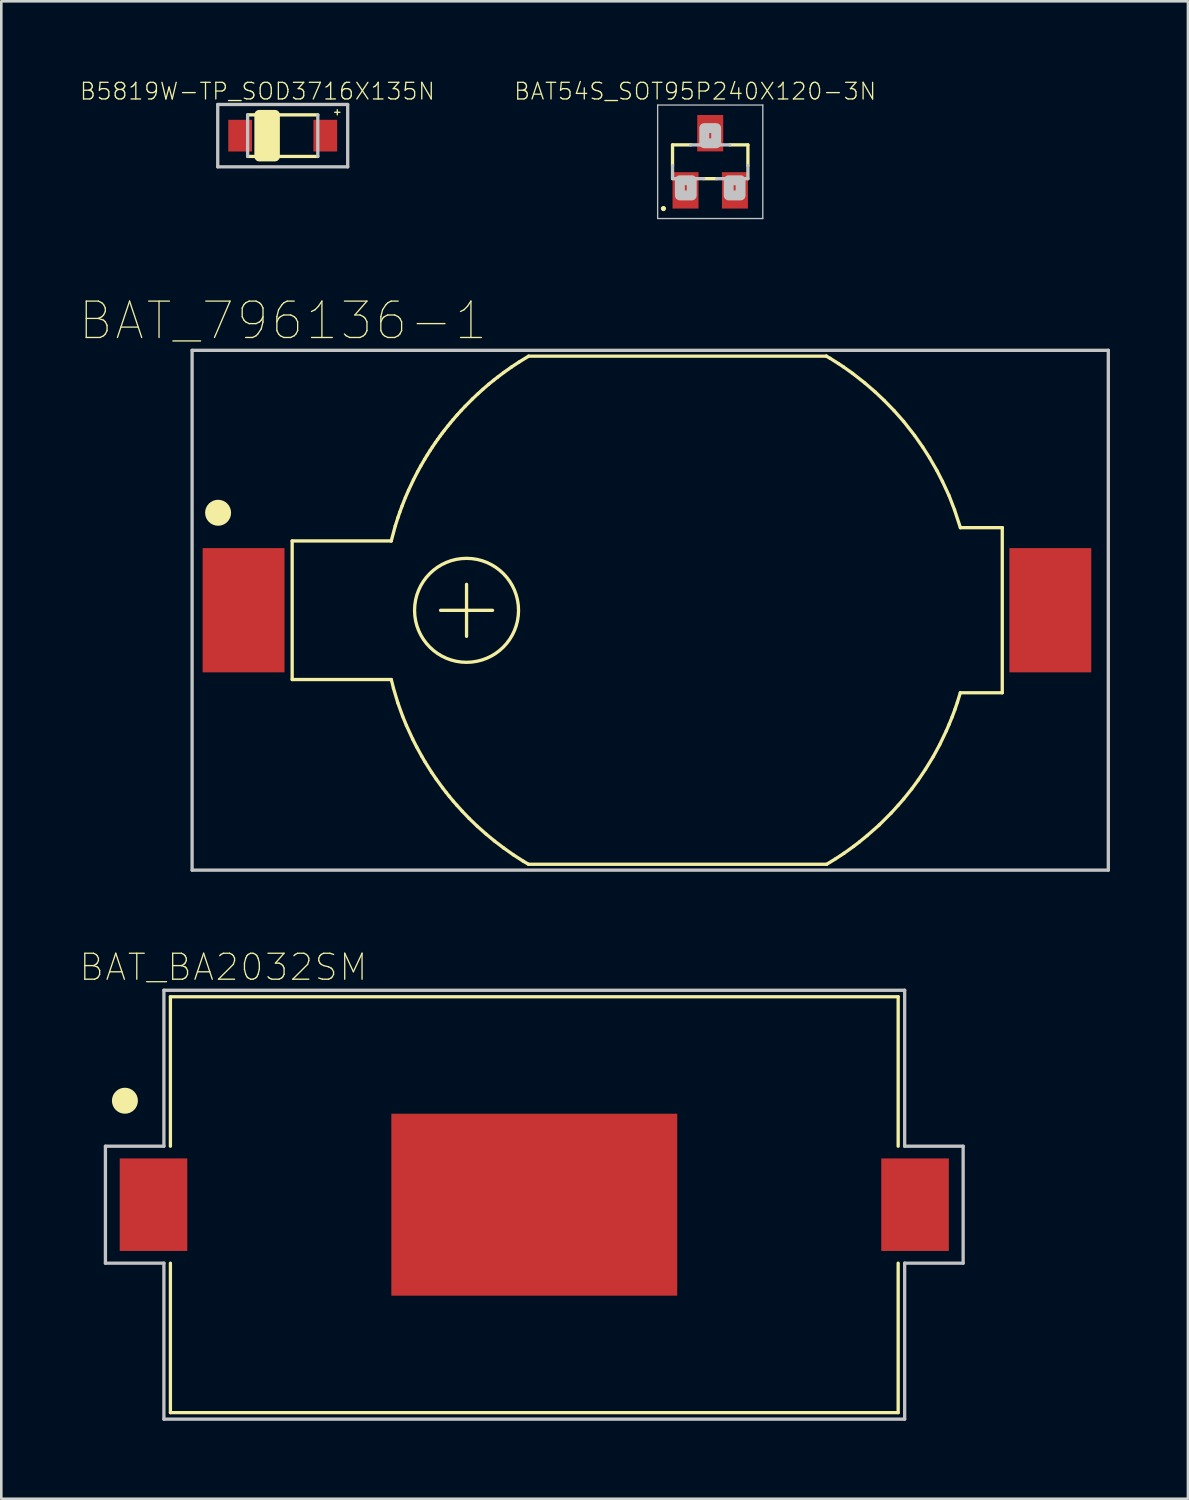
<source format=kicad_pcb>
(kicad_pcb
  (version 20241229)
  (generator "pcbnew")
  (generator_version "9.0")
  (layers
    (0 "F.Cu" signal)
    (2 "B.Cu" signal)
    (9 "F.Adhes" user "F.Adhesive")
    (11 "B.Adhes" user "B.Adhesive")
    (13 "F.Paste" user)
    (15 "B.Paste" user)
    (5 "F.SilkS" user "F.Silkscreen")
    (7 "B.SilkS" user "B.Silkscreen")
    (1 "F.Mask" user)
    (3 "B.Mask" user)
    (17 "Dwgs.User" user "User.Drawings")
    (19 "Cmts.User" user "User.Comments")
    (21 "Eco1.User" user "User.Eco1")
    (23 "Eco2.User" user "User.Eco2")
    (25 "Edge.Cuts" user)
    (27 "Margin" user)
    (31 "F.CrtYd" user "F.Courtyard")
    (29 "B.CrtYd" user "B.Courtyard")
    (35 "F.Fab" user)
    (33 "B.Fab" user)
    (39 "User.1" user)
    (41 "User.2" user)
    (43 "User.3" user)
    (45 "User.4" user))
  (footprint "BAT_796136-1"
    (layer "F.Cu")
    (at 21.841 20.428)
    (property "Reference" "BAT_796136-1" (at -14.006 -11.139 0) (layer "F.SilkS") (effects (font (size 1.4 1.4) (thickness 0.05))))
    (attr smd)
    (fp_line (start -13.65 -2.666) (end -9.838 -2.666) (stroke (width 0.127) (type solid)) (layer "F.SilkS"))
    (fp_line (start -13.65 2.666) (end -13.65 -2.666) (stroke (width 0.127) (type solid)) (layer "F.SilkS"))
    (fp_line (start -9.838 -2.668) (end -9.683 -3.244) (stroke (width 0.127) (type solid)) (layer "F.SilkS"))
    (fp_line (start -9.838 -2.666) (end -9.838 -2.668) (stroke (width 0.127) (type solid)) (layer "F.SilkS"))
    (fp_line (start -9.837 2.666) (end -13.65 2.666) (stroke (width 0.127) (type solid)) (layer "F.SilkS"))
    (fp_line (start -9.753 3) (end -9.837 2.666) (stroke (width 0.127) (type solid)) (layer "F.SilkS"))
    (fp_line (start -9.683 -3.244) (end -9.58 -3.567) (stroke (width 0.127) (type solid)) (layer "F.SilkS"))
    (fp_line (start -9.585 3.563) (end -9.753 3) (stroke (width 0.127) (type solid)) (layer "F.SilkS"))
    (fp_line (start -9.58 -3.567) (end -9.506 -3.782) (stroke (width 0.127) (type solid)) (layer "F.SilkS"))
    (fp_line (start -9.506 -3.782) (end -9.423 -4.009) (stroke (width 0.127) (type solid)) (layer "F.SilkS"))
    (fp_line (start -9.423 -4.009) (end -9.293 -4.339) (stroke (width 0.127) (type solid)) (layer "F.SilkS"))
    (fp_line (start -9.401 4.076) (end -9.585 3.563) (stroke (width 0.127) (type solid)) (layer "F.SilkS"))
    (fp_line (start -9.293 -4.339) (end -9.173 -4.615) (stroke (width 0.127) (type solid)) (layer "F.SilkS"))
    (fp_line (start -9.255 4.432) (end -9.401 4.076) (stroke (width 0.127) (type solid)) (layer "F.SilkS"))
    (fp_line (start -9.173 -4.615) (end -8.983 -5.019) (stroke (width 0.127) (type solid)) (layer "F.SilkS"))
    (fp_line (start -9.015 4.957) (end -9.255 4.432) (stroke (width 0.127) (type solid)) (layer "F.SilkS"))
    (fp_line (start -8.983 -5.019) (end -8.825 -5.328) (stroke (width 0.127) (type solid)) (layer "F.SilkS"))
    (fp_line (start -8.862 5.259) (end -9.015 4.957) (stroke (width 0.127) (type solid)) (layer "F.SilkS"))
    (fp_line (start -8.825 -5.328) (end -8.697 -5.56) (stroke (width 0.127) (type solid)) (layer "F.SilkS"))
    (fp_line (start -8.697 -5.56) (end -8.552 -5.809) (stroke (width 0.127) (type solid)) (layer "F.SilkS"))
    (fp_line (start -8.665 5.618) (end -8.862 5.259) (stroke (width 0.127) (type solid)) (layer "F.SilkS"))
    (fp_line (start -8.552 -5.809) (end -8.455 -5.969) (stroke (width 0.127) (type solid)) (layer "F.SilkS"))
    (fp_line (start -8.546 5.823) (end -8.665 5.618) (stroke (width 0.127) (type solid)) (layer "F.SilkS"))
    (fp_line (start -8.455 -5.969) (end -8.343 -6.146) (stroke (width 0.127) (type solid)) (layer "F.SilkS"))
    (fp_line (start -8.343 -6.146) (end -8.257 -6.276) (stroke (width 0.127) (type solid)) (layer "F.SilkS"))
    (fp_line (start -8.286 6.237) (end -8.546 5.823) (stroke (width 0.127) (type solid)) (layer "F.SilkS"))
    (fp_line (start -8.257 -6.276) (end -8.14 -6.448) (stroke (width 0.127) (type solid)) (layer "F.SilkS"))
    (fp_line (start -8.14 -6.448) (end -8.053 -6.572) (stroke (width 0.127) (type solid)) (layer "F.SilkS"))
    (fp_line (start -8.105 6.501) (end -8.286 6.237) (stroke (width 0.127) (type solid)) (layer "F.SilkS"))
    (fp_line (start -8.053 -6.572) (end -7.953 -6.709) (stroke (width 0.127) (type solid)) (layer "F.SilkS"))
    (fp_line (start -7.953 -6.709) (end -7.877 -6.811) (stroke (width 0.127) (type solid)) (layer "F.SilkS"))
    (fp_line (start -7.941 0.004) (end -5.941 0.004) (stroke (width 0.127) (type solid)) (layer "F.SilkS"))
    (fp_line (start -7.877 -6.811) (end -7.801 -6.911) (stroke (width 0.127) (type solid)) (layer "F.SilkS"))
    (fp_line (start -7.861 6.837) (end -8.105 6.501) (stroke (width 0.127) (type solid)) (layer "F.SilkS"))
    (fp_line (start -7.801 -6.911) (end -7.651 -7.101) (stroke (width 0.127) (type solid)) (layer "F.SilkS"))
    (fp_line (start -7.724 7.013) (end -7.861 6.837) (stroke (width 0.127) (type solid)) (layer "F.SilkS"))
    (fp_line (start -7.651 -7.101) (end -7.566 -7.204) (stroke (width 0.127) (type solid)) (layer "F.SilkS"))
    (fp_line (start -7.607 7.16) (end -7.724 7.013) (stroke (width 0.127) (type solid)) (layer "F.SilkS"))
    (fp_line (start -7.566 -7.204) (end -7.463 -7.329) (stroke (width 0.127) (type solid)) (layer "F.SilkS"))
    (fp_line (start -7.463 -7.329) (end -7.297 -7.52) (stroke (width 0.127) (type solid)) (layer "F.SilkS"))
    (fp_line (start -7.45 7.348) (end -7.607 7.16) (stroke (width 0.127) (type solid)) (layer "F.SilkS"))
    (fp_line (start -7.314 7.503) (end -7.45 7.348) (stroke (width 0.127) (type solid)) (layer "F.SilkS"))
    (fp_line (start -7.297 -7.52) (end -7.145 -7.687) (stroke (width 0.127) (type solid)) (layer "F.SilkS"))
    (fp_line (start -7.145 -7.687) (end -6.998 -7.843) (stroke (width 0.127) (type solid)) (layer "F.SilkS"))
    (fp_line (start -7.105 7.735) (end -7.314 7.503) (stroke (width 0.127) (type solid)) (layer "F.SilkS"))
    (fp_line (start -6.998 -7.843) (end -6.715 -8.128) (stroke (width 0.127) (type solid)) (layer "F.SilkS"))
    (fp_line (start -6.941 -0.996) (end -6.941 1.004) (stroke (width 0.127) (type solid)) (layer "F.SilkS"))
    (fp_line (start -6.84 8.011) (end -7.105 7.735) (stroke (width 0.127) (type solid)) (layer "F.SilkS"))
    (fp_line (start -6.715 -8.128) (end -6.496 -8.335) (stroke (width 0.127) (type solid)) (layer "F.SilkS"))
    (fp_line (start -6.532 8.308) (end -6.84 8.011) (stroke (width 0.127) (type solid)) (layer "F.SilkS"))
    (fp_line (start -6.496 -8.335) (end -6.312 -8.501) (stroke (width 0.127) (type solid)) (layer "F.SilkS"))
    (fp_line (start -6.312 -8.501) (end -6.087 -8.696) (stroke (width 0.127) (type solid)) (layer "F.SilkS"))
    (fp_line (start -6.195 8.607) (end -6.532 8.308) (stroke (width 0.127) (type solid)) (layer "F.SilkS"))
    (fp_line (start -6.087 -8.696) (end -5.893 -8.852) (stroke (width 0.127) (type solid)) (layer "F.SilkS"))
    (fp_line (start -5.893 -8.852) (end -5.751 -8.964) (stroke (width 0.127) (type solid)) (layer "F.SilkS"))
    (fp_line (start -5.867 8.878) (end -6.195 8.607) (stroke (width 0.127) (type solid)) (layer "F.SilkS"))
    (fp_line (start -5.751 -8.964) (end -5.509 -9.147) (stroke (width 0.127) (type solid)) (layer "F.SilkS"))
    (fp_line (start -5.52 9.142) (end -5.867 8.878) (stroke (width 0.127) (type solid)) (layer "F.SilkS"))
    (fp_line (start -5.509 -9.147) (end -5.218 -9.353) (stroke (width 0.127) (type solid)) (layer "F.SilkS"))
    (fp_line (start -5.218 -9.353) (end -4.924 -9.547) (stroke (width 0.127) (type solid)) (layer "F.SilkS"))
    (fp_line (start -5.142 9.409) (end -5.52 9.142) (stroke (width 0.127) (type solid)) (layer "F.SilkS"))
    (fp_line (start -4.924 -9.547) (end -4.552 -9.776) (stroke (width 0.127) (type solid)) (layer "F.SilkS"))
    (fp_line (start -4.761 9.654) (end -5.142 9.409) (stroke (width 0.127) (type solid)) (layer "F.SilkS"))
    (fp_line (start -4.56 9.773) (end -4.761 9.654) (stroke (width 0.127) (type solid)) (layer "F.SilkS"))
    (fp_line (start -4.551 -9.775) (end 6.901 -9.775) (stroke (width 0.127) (type solid)) (layer "F.SilkS"))
    (fp_line (start 6.901 -9.776) (end 7.05 -9.69) (stroke (width 0.127) (type solid)) (layer "F.SilkS"))
    (fp_line (start 6.901 -9.775) (end 6.901 -9.776) (stroke (width 0.127) (type solid)) (layer "F.SilkS"))
    (fp_line (start 6.917 9.773) (end -4.56 9.773) (stroke (width 0.127) (type solid)) (layer "F.SilkS"))
    (fp_line (start 7.05 -9.69) (end 7.37 -9.488) (stroke (width 0.127) (type solid)) (layer "F.SilkS"))
    (fp_line (start 7.26 9.561) (end 6.917 9.773) (stroke (width 0.127) (type solid)) (layer "F.SilkS"))
    (fp_line (start 7.37 -9.488) (end 7.555 -9.366) (stroke (width 0.127) (type solid)) (layer "F.SilkS"))
    (fp_line (start 7.555 -9.366) (end 7.913 -9.111) (stroke (width 0.127) (type solid)) (layer "F.SilkS"))
    (fp_line (start 7.581 9.351) (end 7.26 9.561) (stroke (width 0.127) (type solid)) (layer "F.SilkS"))
    (fp_line (start 7.913 -9.111) (end 8.378 -8.746) (stroke (width 0.127) (type solid)) (layer "F.SilkS"))
    (fp_line (start 7.953 9.084) (end 7.581 9.351) (stroke (width 0.127) (type solid)) (layer "F.SilkS"))
    (fp_line (start 8.173 8.915) (end 7.953 9.084) (stroke (width 0.127) (type solid)) (layer "F.SilkS"))
    (fp_line (start 8.378 -8.746) (end 8.778 -8.401) (stroke (width 0.127) (type solid)) (layer "F.SilkS"))
    (fp_line (start 8.478 8.664) (end 8.173 8.915) (stroke (width 0.127) (type solid)) (layer "F.SilkS"))
    (fp_line (start 8.778 -8.401) (end 9.13 -8.068) (stroke (width 0.127) (type solid)) (layer "F.SilkS"))
    (fp_line (start 8.934 8.264) (end 8.478 8.664) (stroke (width 0.127) (type solid)) (layer "F.SilkS"))
    (fp_line (start 9.13 -8.068) (end 9.51 -7.677) (stroke (width 0.127) (type solid)) (layer "F.SilkS"))
    (fp_line (start 9.391 7.807) (end 8.934 8.264) (stroke (width 0.127) (type solid)) (layer "F.SilkS"))
    (fp_line (start 9.51 -7.677) (end 9.875 -7.264) (stroke (width 0.127) (type solid)) (layer "F.SilkS"))
    (fp_line (start 9.665 7.505) (end 9.391 7.807) (stroke (width 0.127) (type solid)) (layer "F.SilkS"))
    (fp_line (start 9.875 -7.264) (end 10.298 -6.723) (stroke (width 0.127) (type solid)) (layer "F.SilkS"))
    (fp_line (start 9.879 7.259) (end 9.665 7.505) (stroke (width 0.127) (type solid)) (layer "F.SilkS"))
    (fp_line (start 10.185 6.877) (end 9.879 7.259) (stroke (width 0.127) (type solid)) (layer "F.SilkS"))
    (fp_line (start 10.298 -6.723) (end 10.61 -6.276) (stroke (width 0.127) (type solid)) (layer "F.SilkS"))
    (fp_line (start 10.44 6.53) (end 10.185 6.877) (stroke (width 0.127) (type solid)) (layer "F.SilkS"))
    (fp_line (start 10.61 -6.276) (end 10.872 -5.866) (stroke (width 0.127) (type solid)) (layer "F.SilkS"))
    (fp_line (start 10.716 6.118) (end 10.44 6.53) (stroke (width 0.127) (type solid)) (layer "F.SilkS"))
    (fp_line (start 10.872 -5.866) (end 11.156 -5.372) (stroke (width 0.127) (type solid)) (layer "F.SilkS"))
    (fp_line (start 11.012 5.635) (end 10.716 6.118) (stroke (width 0.127) (type solid)) (layer "F.SilkS"))
    (fp_line (start 11.156 -5.372) (end 11.367 -4.959) (stroke (width 0.127) (type solid)) (layer "F.SilkS"))
    (fp_line (start 11.263 5.173) (end 11.012 5.635) (stroke (width 0.127) (type solid)) (layer "F.SilkS"))
    (fp_line (start 11.367 -4.959) (end 11.623 -4.408) (stroke (width 0.127) (type solid)) (layer "F.SilkS"))
    (fp_line (start 11.517 4.641) (end 11.263 5.173) (stroke (width 0.127) (type solid)) (layer "F.SilkS"))
    (fp_line (start 11.623 -4.408) (end 11.834 -3.86) (stroke (width 0.127) (type solid)) (layer "F.SilkS"))
    (fp_line (start 11.623 4.395) (end 11.517 4.641) (stroke (width 0.127) (type solid)) (layer "F.SilkS"))
    (fp_line (start 11.739 4.112) (end 11.623 4.395) (stroke (width 0.127) (type solid)) (layer "F.SilkS"))
    (fp_line (start 11.834 -3.86) (end 12.058 -3.176) (stroke (width 0.127) (type solid)) (layer "F.SilkS"))
    (fp_line (start 11.85 3.815) (end 11.739 4.112) (stroke (width 0.127) (type solid)) (layer "F.SilkS"))
    (fp_line (start 11.942 3.544) (end 11.85 3.815) (stroke (width 0.127) (type solid)) (layer "F.SilkS"))
    (fp_line (start 12.056 3.174) (end 11.942 3.544) (stroke (width 0.127) (type solid)) (layer "F.SilkS"))
    (fp_line (start 12.058 -3.176) (end 13.67 -3.176) (stroke (width 0.127) (type solid)) (layer "F.SilkS"))
    (fp_line (start 13.67 -3.176) (end 13.67 3.175) (stroke (width 0.127) (type solid)) (layer "F.SilkS"))
    (fp_line (start 13.67 3.175) (end 12.056 3.175) (stroke (width 0.127) (type solid)) (layer "F.SilkS"))
    (fp_line (start 13.67 -3.176) (end 13.67 -3.173) (stroke (width 0.127) (type solid)) (layer "F.SilkS"))
    (fp_circle (center -16.5 -3.75) (end -16 -3.75) (stroke (width 0) (type solid)) (fill yes) (layer "F.SilkS"))
    (fp_circle (center -6.941 0.004) (end -4.941 0.004) (stroke (width 0.127) (type solid)) (fill no) (layer "F.SilkS"))
    (fp_line (start -17.5 -10) (end 17.75 -10) (stroke (width 0.127) (type solid)) (layer "Dwgs.User"))
    (fp_line (start -17.5 10) (end -17.5 -10) (stroke (width 0.127) (type solid)) (layer "Dwgs.User"))
    (fp_line (start 17.75 -10) (end 17.75 10) (stroke (width 0.127) (type solid)) (layer "Dwgs.User"))
    (fp_line (start 17.75 10) (end -17.5 10) (stroke (width 0.127) (type solid)) (layer "Dwgs.User"))
    (pad "+" smd rect (at -15.52 0 90) (size 4.78 3.15) (layers "F.Cu" "F.Mask" "F.Paste"))
    (pad "-" smd rect (at 15.52 0 90) (size 4.78 3.15) (layers "F.Cu" "F.Mask" "F.Paste")))
  (footprint "B5819W-TP_SOD3716X135N"
    (layer "F.Cu")
    (at 7.827 2.169)
    (property "Reference" "B5819W-TP_SOD3716X135N" (at -0.974 -1.706 0) (layer "F.SilkS") (effects (font (size 0.64 0.64) (thickness 0.05))))
    (attr smd)
    (fp_line (start -1.35 -0.8) (end 1.35 -0.8) (stroke (width 0.127) (type solid)) (layer "F.SilkS"))
    (fp_line (start 1.35 0.8) (end -1.35 0.8) (stroke (width 0.127) (type solid)) (layer "F.SilkS"))
    (fp_line (start 2 -0.9) (end 2.2 -0.9) (stroke (width 0.05) (type solid)) (layer "F.SilkS"))
    (fp_line (start 2.1 -1) (end 2.1 -0.8) (stroke (width 0.05) (type solid)) (layer "F.SilkS"))
    (fp_poly (pts (xy -0.9 -0.8) (xy -0.3 -0.8) (xy -0.3 0.8) (xy -0.9 0.8)) (stroke (width 0.381) (type solid)) (fill yes) (layer "F.SilkS"))
    (fp_line (start -2.5 -1.2) (end -2.5 1.2) (stroke (width 0.127) (type solid)) (layer "Dwgs.User"))
    (fp_line (start -2.5 1.2) (end 2.5 1.2) (stroke (width 0.127) (type solid)) (layer "Dwgs.User"))
    (fp_line (start -1.35 0.8) (end -1.35 -0.8) (stroke (width 0.127) (type solid)) (layer "Dwgs.User"))
    (fp_line (start 1.35 -0.8) (end 1.35 0.8) (stroke (width 0.127) (type solid)) (layer "Dwgs.User"))
    (fp_line (start 2.5 -1.2) (end -2.5 -1.2) (stroke (width 0.127) (type solid)) (layer "Dwgs.User"))
    (fp_line (start 2.5 1.2) (end 2.5 -1.2) (stroke (width 0.127) (type solid)) (layer "Dwgs.User"))
    (pad "A" smd rect (at 1.638 0) (size 0.914 1.219) (layers "F.Cu" "F.Mask" "F.Paste"))
    (pad "C" smd rect (at -1.638 0) (size 0.914 1.219) (layers "F.Cu" "F.Mask" "F.Paste")))
  (footprint "BAT_BA2032SM"
    (layer "F.Cu")
    (at 17.506 43.299)
    (property "Reference" "BAT_BA2032SM" (at -11.96 -9.135 0) (layer "F.SilkS") (effects (font (size 1 1) (thickness 0.05))))
    (attr smd)
    (fp_line (start -14 -8) (end 14 -8) (stroke (width 0.127) (type solid)) (layer "F.SilkS"))
    (fp_line (start -14 -2.25) (end -14 -8) (stroke (width 0.127) (type solid)) (layer "F.SilkS"))
    (fp_line (start -14 8) (end -14 2.25) (stroke (width 0.127) (type solid)) (layer "F.SilkS"))
    (fp_line (start 14 -8) (end 14 -2.25) (stroke (width 0.127) (type solid)) (layer "F.SilkS"))
    (fp_line (start 14 2.25) (end 14 8) (stroke (width 0.127) (type solid)) (layer "F.SilkS"))
    (fp_line (start 14 8) (end -14 8) (stroke (width 0.127) (type solid)) (layer "F.SilkS"))
    (fp_circle (center -15.75 -4) (end -15.25 -4) (stroke (width 0) (type solid)) (fill yes) (layer "F.SilkS"))
    (fp_line (start -16.5 -2.25) (end -16.5 2.25) (stroke (width 0.127) (type solid)) (layer "Dwgs.User"))
    (fp_line (start -16.5 2.25) (end -14.25 2.25) (stroke (width 0.127) (type solid)) (layer "Dwgs.User"))
    (fp_line (start -14.25 -8.25) (end 14.25 -8.25) (stroke (width 0.127) (type solid)) (layer "Dwgs.User"))
    (fp_line (start -14.25 -2.25) (end -16.5 -2.25) (stroke (width 0.127) (type solid)) (layer "Dwgs.User"))
    (fp_line (start -14.25 -2.25) (end -14.25 -8.25) (stroke (width 0.127) (type solid)) (layer "Dwgs.User"))
    (fp_line (start -14.25 8.25) (end -14.25 2.25) (stroke (width 0.127) (type solid)) (layer "Dwgs.User"))
    (fp_line (start 14.25 -8.25) (end 14.25 -2.25) (stroke (width 0.127) (type solid)) (layer "Dwgs.User"))
    (fp_line (start 14.25 -2.25) (end 16.5 -2.25) (stroke (width 0.127) (type solid)) (layer "Dwgs.User"))
    (fp_line (start 14.25 2.25) (end 14.25 8.25) (stroke (width 0.127) (type solid)) (layer "Dwgs.User"))
    (fp_line (start 14.25 8.25) (end -14.25 8.25) (stroke (width 0.127) (type solid)) (layer "Dwgs.User"))
    (fp_line (start 16.5 -2.25) (end 16.5 2.25) (stroke (width 0.127) (type solid)) (layer "Dwgs.User"))
    (fp_line (start 16.5 2.25) (end 14.25 2.25) (stroke (width 0.127) (type solid)) (layer "Dwgs.User"))
    (pad "+" smd rect (at 14.65 0 90) (size 3.56 2.6) (layers "F.Cu" "F.Mask" "F.Paste"))
    (pad "-" smd rect (at -14.65 0 90) (size 3.56 2.6) (layers "F.Cu" "F.Mask" "F.Paste"))
    (pad "ADHE" smd rect (at 0 0) (size 11 7) (layers "F.Cu" "F.Mask" "F.Paste")))
  (footprint "BAT54S_SOT95P240X120-3N"
    (layer "F.Cu")
    (at 24.275 3.174)
    (property "Reference" "BAT54S_SOT95P240X120-3N" (at -0.579 -2.711 0) (layer "F.SilkS") (effects (font (size 0.64 0.64) (thickness 0.05))))
    (attr smd)
    (fp_line (start -1.45 -0.65) (end -1.45 0.15) (stroke (width 0.127) (type solid)) (layer "F.SilkS"))
    (fp_line (start -1.45 -0.65) (end -0.75 -0.65) (stroke (width 0.127) (type solid)) (layer "F.SilkS"))
    (fp_line (start -0.25 0.65) (end 0.25 0.65) (stroke (width 0.127) (type solid)) (layer "F.SilkS"))
    (fp_line (start 1.45 -0.65) (end 0.75 -0.65) (stroke (width 0.127) (type solid)) (layer "F.SilkS"))
    (fp_line (start 1.45 -0.65) (end 1.45 0.15) (stroke (width 0.127) (type solid)) (layer "F.SilkS"))
    (fp_circle (center -1.8 1.8) (end -1.7 1.8) (stroke (width 0) (type solid)) (fill yes) (layer "F.SilkS"))
    (fp_line (start -2.023 -2.183) (end 2.023 -2.183) (stroke (width 0.051) (type solid)) (layer "Dwgs.User"))
    (fp_line (start -2.023 2.183) (end -2.023 -2.183) (stroke (width 0.051) (type solid)) (layer "Dwgs.User"))
    (fp_line (start -1.45 0.15) (end -1.45 0.65) (stroke (width 0.127) (type solid)) (layer "Dwgs.User"))
    (fp_line (start -1.45 0.65) (end -0.25 0.65) (stroke (width 0.127) (type solid)) (layer "Dwgs.User"))
    (fp_line (start -0.75 -0.65) (end 0.75 -0.65) (stroke (width 0.127) (type solid)) (layer "Dwgs.User"))
    (fp_line (start 0.25 0.65) (end 1.45 0.65) (stroke (width 0.127) (type solid)) (layer "Dwgs.User"))
    (fp_line (start 1.45 0.65) (end 1.45 0.15) (stroke (width 0.127) (type solid)) (layer "Dwgs.User"))
    (fp_line (start 2.023 -2.183) (end 2.023 2.183) (stroke (width 0.051) (type solid)) (layer "Dwgs.User"))
    (fp_line (start 2.023 2.183) (end -2.023 2.183) (stroke (width 0.051) (type solid)) (layer "Dwgs.User"))
    (fp_poly (pts (xy -1.168 0.711) (xy -0.711 0.711) (xy -0.711 1.295) (xy -1.168 1.295)) (stroke (width 0.381) (type solid)) (fill no) (layer "Dwgs.User"))
    (fp_poly (pts (xy -0.229 -1.295) (xy 0.229 -1.295) (xy 0.229 -0.711) (xy -0.229 -0.711)) (stroke (width 0.381) (type solid)) (fill no) (layer "Dwgs.User"))
    (fp_poly (pts (xy 0.711 0.711) (xy 1.168 0.711) (xy 1.168 1.295) (xy 0.711 1.295)) (stroke (width 0.381) (type solid)) (fill no) (layer "Dwgs.User"))
    (pad "1" smd rect (at -0.95 1.1) (size 1 1.4) (layers "F.Cu" "F.Mask" "F.Paste"))
    (pad "2" smd rect (at 0.95 1.1) (size 1 1.4) (layers "F.Cu" "F.Mask" "F.Paste"))
    (pad "3" smd rect (at 0 -1.1) (size 1 1.4) (layers "F.Cu" "F.Mask" "F.Paste")))
  (gr_rect
    (start -3 -3)
    (end 42.655 54.613)
    (stroke (width 0.1) (type default))
    (fill no)
    (layer "Edge.Cuts")))
</source>
